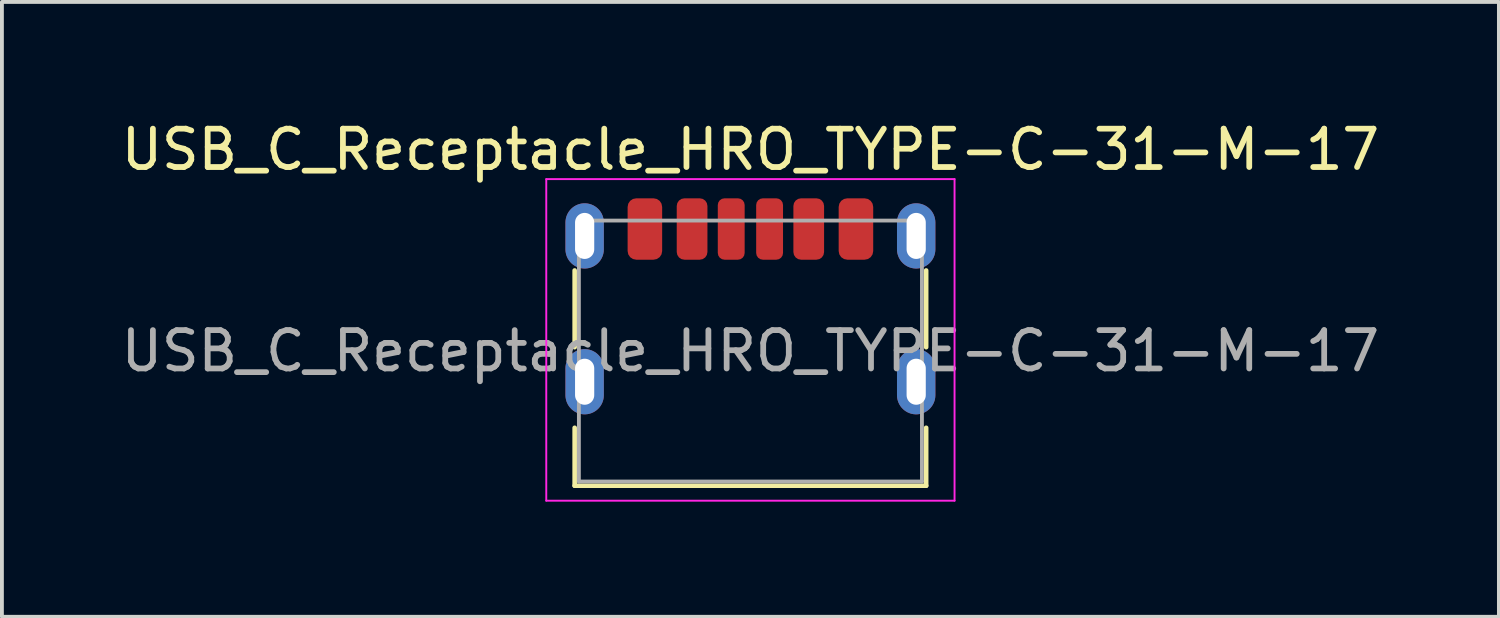
<source format=kicad_pcb>
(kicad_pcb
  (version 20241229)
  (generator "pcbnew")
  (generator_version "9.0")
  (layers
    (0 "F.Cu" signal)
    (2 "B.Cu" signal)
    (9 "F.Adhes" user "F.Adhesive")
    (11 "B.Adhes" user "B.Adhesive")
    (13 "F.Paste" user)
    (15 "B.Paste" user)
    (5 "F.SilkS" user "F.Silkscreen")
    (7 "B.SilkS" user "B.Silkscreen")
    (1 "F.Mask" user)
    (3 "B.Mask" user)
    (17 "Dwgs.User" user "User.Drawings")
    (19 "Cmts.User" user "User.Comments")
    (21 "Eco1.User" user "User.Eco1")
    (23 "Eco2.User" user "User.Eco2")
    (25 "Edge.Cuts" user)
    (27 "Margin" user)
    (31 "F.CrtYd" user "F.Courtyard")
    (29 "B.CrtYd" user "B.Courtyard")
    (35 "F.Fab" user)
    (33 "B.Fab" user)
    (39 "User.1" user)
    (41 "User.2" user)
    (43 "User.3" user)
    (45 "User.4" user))
  (footprint "USB_C_Receptacle_HRO_TYPE-C-31-M-17"
    (layer "F.Cu")
    (at 16.506 6.098)
    (property "Reference" "USB_C_Receptacle_HRO_TYPE-C-31-M-17" (at 0 -5.25 0) (layer "F.SilkS") (effects (font (size 1 1) (thickness 0.15))))
    (attr smd)
    (fp_line (start -4.58 -2.1) (end -4.58 -0.1) (stroke (width 0.12) (type solid)) (layer "F.SilkS"))
    (fp_line (start -4.58 2) (end -4.58 3.51) (stroke (width 0.12) (type solid)) (layer "F.SilkS"))
    (fp_line (start -4.58 3.51) (end 4.58 3.51) (stroke (width 0.12) (type solid)) (layer "F.SilkS"))
    (fp_line (start 4.58 -2.1) (end 4.58 -0.1) (stroke (width 0.12) (type solid)) (layer "F.SilkS"))
    (fp_line (start 4.58 2) (end 4.58 3.51) (stroke (width 0.12) (type solid)) (layer "F.SilkS"))
    (fp_line (start -5.32 -4.48) (end -5.32 3.9) (stroke (width 0.05) (type solid)) (layer "F.CrtYd"))
    (fp_line (start -5.32 -4.48) (end 5.32 -4.48) (stroke (width 0.05) (type solid)) (layer "F.CrtYd"))
    (fp_line (start -5.32 3.9) (end 5.32 3.9) (stroke (width 0.05) (type solid)) (layer "F.CrtYd"))
    (fp_line (start 5.32 -4.48) (end 5.32 3.9) (stroke (width 0.05) (type solid)) (layer "F.CrtYd"))
    (fp_line (start -4.47 -3.4) (end -4.47 3.4) (stroke (width 0.1) (type solid)) (layer "F.Fab"))
    (fp_line (start -4.47 -3.4) (end 4.47 -3.4) (stroke (width 0.1) (type solid)) (layer "F.Fab"))
    (fp_line (start -4.47 3.4) (end 4.47 3.4) (stroke (width 0.1) (type solid)) (layer "F.Fab"))
    (fp_line (start 4.47 -3.4) (end 4.47 3.4) (stroke (width 0.1) (type solid)) (layer "F.Fab"))
    (fp_text user "${REFERENCE}" (at 0 0 0) (layer "F.Fab") (effects (font (size 1 1) (thickness 0.15))))
    (pad "A5" smd roundrect (at -0.5 -3.18) (size 0.7 1.6) (layers "F.Cu" "F.Mask" "F.Paste") (roundrect_rratio 0.25))
    (pad "A9" smd roundrect (at 1.52 -3.18) (size 0.8 1.6) (layers "F.Cu" "F.Mask" "F.Paste") (roundrect_rratio 0.25))
    (pad "A12" smd roundrect (at 2.75 -3.18) (size 0.9 1.6) (layers "F.Cu" "F.Mask" "F.Paste") (roundrect_rratio 0.25))
    (pad "B5" smd roundrect (at 0.5 -3.18) (size 0.7 1.6) (layers "F.Cu" "F.Mask" "F.Paste") (roundrect_rratio 0.25))
    (pad "B9" smd roundrect (at -1.52 -3.18) (size 0.8 1.6) (layers "F.Cu" "F.Mask" "F.Paste") (roundrect_rratio 0.25))
    (pad "B12" smd roundrect (at -2.75 -3.18) (size 0.9 1.6) (layers "F.Cu" "F.Mask" "F.Paste") (roundrect_rratio 0.25))
    (pad "S1" thru_hole oval (at -4.32 -3) (size 1 1.7) (drill oval 0.5 1.2) (layers "*.Cu" "*.Mask"))
    (pad "S1" thru_hole oval (at -4.32 0.8) (size 1 1.7) (drill oval 0.5 1.2) (layers "*.Cu" "*.Mask"))
    (pad "S1" thru_hole oval (at 4.32 -3) (size 1 1.7) (drill oval 0.5 1.2) (layers "*.Cu" "*.Mask"))
    (pad "S1" thru_hole oval (at 4.32 0.8) (size 1 1.7) (drill oval 0.5 1.2) (layers "*.Cu" "*.Mask")))
  (gr_rect
    (start -3 -3)
    (end 36.012 13.023)
    (stroke (width 0.1) (type default))
    (fill no)
    (layer "Edge.Cuts")))
</source>
